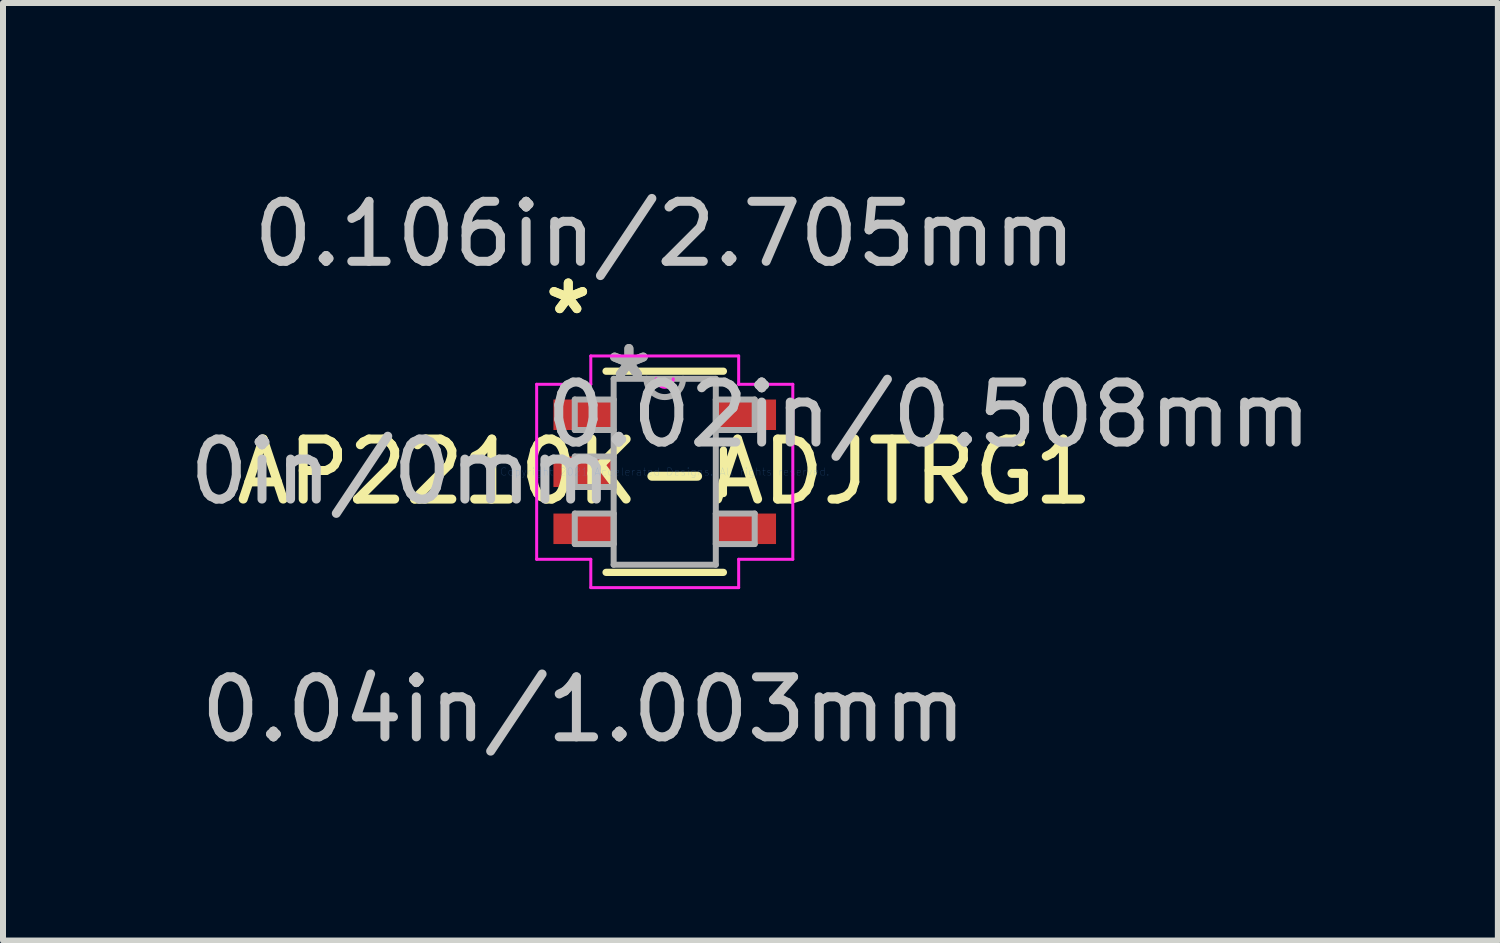
<source format=kicad_pcb>
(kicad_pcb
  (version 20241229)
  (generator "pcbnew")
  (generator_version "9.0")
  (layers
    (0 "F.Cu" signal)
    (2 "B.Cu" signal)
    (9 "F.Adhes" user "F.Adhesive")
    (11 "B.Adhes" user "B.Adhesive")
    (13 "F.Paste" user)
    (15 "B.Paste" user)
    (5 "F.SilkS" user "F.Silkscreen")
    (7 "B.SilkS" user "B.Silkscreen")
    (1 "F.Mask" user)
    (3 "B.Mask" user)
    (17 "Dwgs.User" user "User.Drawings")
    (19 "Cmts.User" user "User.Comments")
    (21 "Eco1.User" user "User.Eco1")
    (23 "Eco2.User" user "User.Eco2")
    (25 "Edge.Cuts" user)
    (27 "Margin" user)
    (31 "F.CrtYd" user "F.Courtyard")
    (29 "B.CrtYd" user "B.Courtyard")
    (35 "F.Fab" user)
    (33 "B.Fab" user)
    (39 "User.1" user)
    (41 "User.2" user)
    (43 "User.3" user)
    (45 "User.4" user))
  (footprint "AP2210K-ADJTRG1"
    (layer "F.Cu")
    (at 8.026 4.811)
    (property "Reference" "AP2210K-ADJTRG1" (at 0 0 0) (layer "F.SilkS") (effects (font (size 1 1) (thickness 0.15))))
    (attr through_hole)
    (fp_line (start -0.978 1.676) (end 0.978 1.676) (stroke (width 0.12) (type solid)) (layer "F.SilkS"))
    (fp_line (start 0.978 -1.676) (end -0.978 -1.676) (stroke (width 0.12) (type solid)) (layer "F.SilkS"))
    (fp_line (start 0.978 0.363) (end 0.978 -0.363) (stroke (width 0.12) (type solid)) (layer "F.SilkS"))
    (fp_line (start -2.134 -1.458) (end -1.232 -1.458) (stroke (width 0.05) (type solid)) (layer "F.CrtYd"))
    (fp_line (start -2.134 1.458) (end -2.134 -1.458) (stroke (width 0.05) (type solid)) (layer "F.CrtYd"))
    (fp_line (start -1.232 -1.93) (end 1.232 -1.93) (stroke (width 0.05) (type solid)) (layer "F.CrtYd"))
    (fp_line (start -1.232 -1.458) (end -1.232 -1.93) (stroke (width 0.05) (type solid)) (layer "F.CrtYd"))
    (fp_line (start -1.232 1.458) (end -2.134 1.458) (stroke (width 0.05) (type solid)) (layer "F.CrtYd"))
    (fp_line (start -1.232 1.93) (end -1.232 1.458) (stroke (width 0.05) (type solid)) (layer "F.CrtYd"))
    (fp_line (start 1.232 -1.93) (end 1.232 -1.458) (stroke (width 0.05) (type solid)) (layer "F.CrtYd"))
    (fp_line (start 1.232 -1.458) (end 2.134 -1.458) (stroke (width 0.05) (type solid)) (layer "F.CrtYd"))
    (fp_line (start 1.232 1.458) (end 1.232 1.93) (stroke (width 0.05) (type solid)) (layer "F.CrtYd"))
    (fp_line (start 1.232 1.93) (end -1.232 1.93) (stroke (width 0.05) (type solid)) (layer "F.CrtYd"))
    (fp_line (start 2.134 -1.458) (end 2.134 1.458) (stroke (width 0.05) (type solid)) (layer "F.CrtYd"))
    (fp_line (start 2.134 1.458) (end 1.232 1.458) (stroke (width 0.05) (type solid)) (layer "F.CrtYd"))
    (fp_arc (start 0.141817 -1.5494) (mid 0 -1.407583) (end -0.141817 -1.5494) (stroke (width 0.05) (type solid)) (layer "F.CrtYd"))
    (fp_line (start -1.499 -1.204) (end -1.499 -0.696) (stroke (width 0.1) (type solid)) (layer "F.Fab"))
    (fp_line (start -1.499 -0.696) (end -0.851 -0.696) (stroke (width 0.1) (type solid)) (layer "F.Fab"))
    (fp_line (start -1.499 -0.254) (end -1.499 0.254) (stroke (width 0.1) (type solid)) (layer "F.Fab"))
    (fp_line (start -1.499 0.254) (end -0.851 0.254) (stroke (width 0.1) (type solid)) (layer "F.Fab"))
    (fp_line (start -1.499 0.696) (end -1.499 1.204) (stroke (width 0.1) (type solid)) (layer "F.Fab"))
    (fp_line (start -1.499 1.204) (end -0.851 1.204) (stroke (width 0.1) (type solid)) (layer "F.Fab"))
    (fp_line (start -0.851 -1.549) (end -0.851 1.549) (stroke (width 0.1) (type solid)) (layer "F.Fab"))
    (fp_line (start -0.851 -1.204) (end -1.499 -1.204) (stroke (width 0.1) (type solid)) (layer "F.Fab"))
    (fp_line (start -0.851 -0.696) (end -0.851 -1.204) (stroke (width 0.1) (type solid)) (layer "F.Fab"))
    (fp_line (start -0.851 -0.254) (end -1.499 -0.254) (stroke (width 0.1) (type solid)) (layer "F.Fab"))
    (fp_line (start -0.851 0.254) (end -0.851 -0.254) (stroke (width 0.1) (type solid)) (layer "F.Fab"))
    (fp_line (start -0.851 0.696) (end -1.499 0.696) (stroke (width 0.1) (type solid)) (layer "F.Fab"))
    (fp_line (start -0.851 1.204) (end -0.851 0.696) (stroke (width 0.1) (type solid)) (layer "F.Fab"))
    (fp_line (start -0.851 1.549) (end 0.851 1.549) (stroke (width 0.1) (type solid)) (layer "F.Fab"))
    (fp_line (start 0.851 -1.549) (end -0.851 -1.549) (stroke (width 0.1) (type solid)) (layer "F.Fab"))
    (fp_line (start 0.851 -1.204) (end 0.851 -0.696) (stroke (width 0.1) (type solid)) (layer "F.Fab"))
    (fp_line (start 0.851 -0.696) (end 1.499 -0.696) (stroke (width 0.1) (type solid)) (layer "F.Fab"))
    (fp_line (start 0.851 0.696) (end 0.851 1.204) (stroke (width 0.1) (type solid)) (layer "F.Fab"))
    (fp_line (start 0.851 1.204) (end 1.499 1.204) (stroke (width 0.1) (type solid)) (layer "F.Fab"))
    (fp_line (start 0.851 1.549) (end 0.851 -1.549) (stroke (width 0.1) (type solid)) (layer "F.Fab"))
    (fp_line (start 1.499 -1.204) (end 0.851 -1.204) (stroke (width 0.1) (type solid)) (layer "F.Fab"))
    (fp_line (start 1.499 -0.696) (end 1.499 -1.204) (stroke (width 0.1) (type solid)) (layer "F.Fab"))
    (fp_line (start 1.499 0.696) (end 0.851 0.696) (stroke (width 0.1) (type solid)) (layer "F.Fab"))
    (fp_line (start 1.499 1.204) (end 1.499 0.696) (stroke (width 0.1) (type solid)) (layer "F.Fab"))
    (fp_arc (start 0.3048 -1.5494) (mid 0 -1.2446) (end -0.3048 -1.5494) (stroke (width 0.1) (type solid)) (layer "F.Fab"))
    (fp_text user "*" (at -1.607 -2.601 0) (layer "F.SilkS") (effects (font (size 1 1) (thickness 0.15))))
    (fp_text user "*" (at -1.607 -2.601 0) (layer "F.SilkS") (effects (font (size 1 1) (thickness 0.15))))
    (fp_text user "0.02in/0.508mm" (at 4.401 -0.95 0) (layer "Dwgs.User") (effects (font (size 1 1) (thickness 0.15))))
    (fp_text user "0in/0mm" (at -4.401 0 0) (layer "Dwgs.User") (effects (font (size 1 1) (thickness 0.15))))
    (fp_text user "0.106in/2.705mm" (at 0 -3.962 0) (layer "Dwgs.User") (effects (font (size 1 1) (thickness 0.15))))
    (fp_text user "0.04in/1.003mm" (at -1.353 3.962 0) (layer "Dwgs.User") (effects (font (size 1 1) (thickness 0.15))))
    (fp_text user "Copyright 2021 Accelerated Designs. All rights reserved." (at 0 0 0) (layer "Cmts.User") (effects (font (size 0.127 0.127) (thickness 0.002))))
    (fp_text user "*" (at -0.597 -1.509 0) (layer "F.Fab") (effects (font (size 1 1) (thickness 0.15))))
    (fp_text user "*" (at -0.597 -1.509 0) (layer "F.Fab") (effects (font (size 1 1) (thickness 0.15))))
    (pad "1" smd rect (at -1.353 -0.95) (size 1.003 0.508) (layers "F.Cu" "F.Mask" "F.Paste"))
    (pad "2" smd rect (at -1.353 0) (size 1.003 0.508) (layers "F.Cu" "F.Mask" "F.Paste"))
    (pad "3" smd rect (at -1.353 0.95) (size 1.003 0.508) (layers "F.Cu" "F.Mask" "F.Paste"))
    (pad "4" smd rect (at 1.353 0.95) (size 1.003 0.508) (layers "F.Cu" "F.Mask" "F.Paste"))
    (pad "5" smd rect (at 1.353 -0.95) (size 1.003 0.508) (layers "F.Cu" "F.Mask" "F.Paste")))
  (gr_rect
    (start -3 -3)
    (end 21.908 12.621)
    (stroke (width 0.1) (type default))
    (fill no)
    (layer "Edge.Cuts")))
</source>
